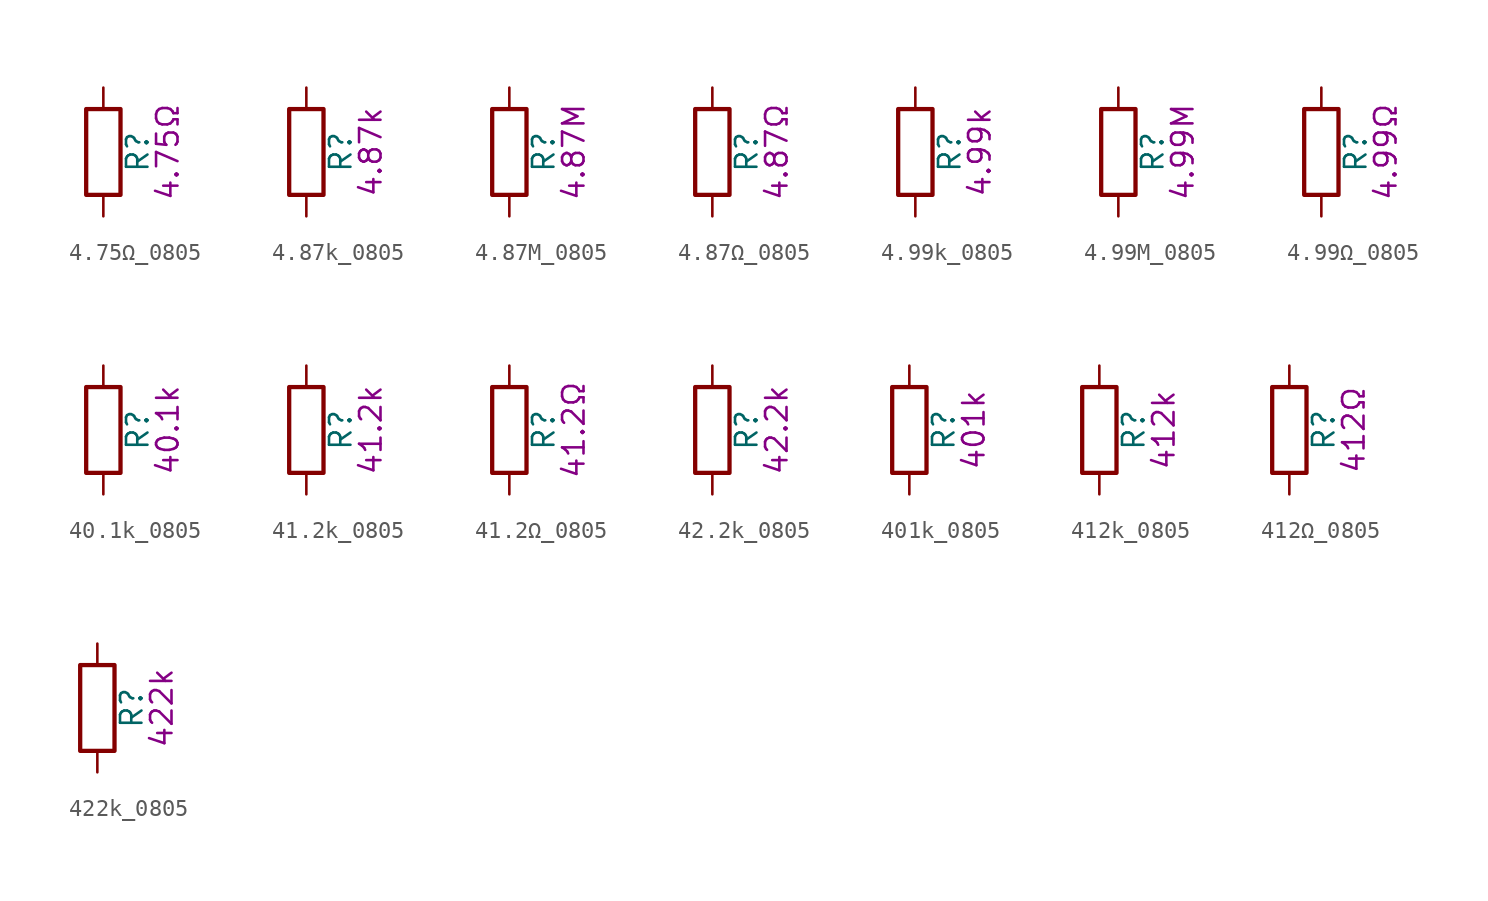
<source format=kicad_sym>
(kicad_symbol_lib
  (version 20211014)
  (generator kicad_symbol_editor)
  (symbol "4.75Ω_0805"
    (pin_numbers hide)
    (pin_names
      (offset 0))
    (property "Reference" "R"
      (at 2.032 0 90)
      (effects (font (size 1.27 1.27))))
    (property "Display" "4.75Ω"
      (at 3.81 0 90)
      (effects (font (size 1.27 1.27))))
    (symbol "4.75Ω_0805_0_1"
      (rectangle (start -1.016 -2.54) (end 1.016 2.54) (stroke (width 0.254) (type default) (color 0 0 0 0)) (fill (type none))))
    (symbol "4.75Ω_0805_1_1"
      (pin passive line (at 0 3.81 270) (length 1.27) (name "~" (effects (font (size 1.27 1.27)))) (number "1" (effects (font (size 1.27 1.27)))))
      (pin passive line (at 0 -3.81 90) (length 1.27) (name "~" (effects (font (size 1.27 1.27)))) (number "2" (effects (font (size 1.27 1.27)))))))
  (symbol "4.87k_0805"
    (pin_numbers hide)
    (pin_names
      (offset 0))
    (property "Reference" "R"
      (at 2.032 0 90)
      (effects (font (size 1.27 1.27))))
    (property "Display" "4.87k"
      (at 3.81 0 90)
      (effects (font (size 1.27 1.27))))
    (symbol "4.87k_0805_0_1"
      (rectangle (start -1.016 -2.54) (end 1.016 2.54) (stroke (width 0.254) (type default) (color 0 0 0 0)) (fill (type none))))
    (symbol "4.87k_0805_1_1"
      (pin passive line (at 0 3.81 270) (length 1.27) (name "~" (effects (font (size 1.27 1.27)))) (number "1" (effects (font (size 1.27 1.27)))))
      (pin passive line (at 0 -3.81 90) (length 1.27) (name "~" (effects (font (size 1.27 1.27)))) (number "2" (effects (font (size 1.27 1.27)))))))
  (symbol "4.87M_0805"
    (pin_numbers hide)
    (pin_names
      (offset 0))
    (property "Reference" "R"
      (at 2.032 0 90)
      (effects (font (size 1.27 1.27))))
    (property "Display" "4.87M"
      (at 3.81 0 90)
      (effects (font (size 1.27 1.27))))
    (symbol "4.87M_0805_0_1"
      (rectangle (start -1.016 -2.54) (end 1.016 2.54) (stroke (width 0.254) (type default) (color 0 0 0 0)) (fill (type none))))
    (symbol "4.87M_0805_1_1"
      (pin passive line (at 0 3.81 270) (length 1.27) (name "~" (effects (font (size 1.27 1.27)))) (number "1" (effects (font (size 1.27 1.27)))))
      (pin passive line (at 0 -3.81 90) (length 1.27) (name "~" (effects (font (size 1.27 1.27)))) (number "2" (effects (font (size 1.27 1.27)))))))
  (symbol "4.87Ω_0805"
    (pin_numbers hide)
    (pin_names
      (offset 0))
    (property "Reference" "R"
      (at 2.032 0 90)
      (effects (font (size 1.27 1.27))))
    (property "Display" "4.87Ω"
      (at 3.81 0 90)
      (effects (font (size 1.27 1.27))))
    (symbol "4.87Ω_0805_0_1"
      (rectangle (start -1.016 -2.54) (end 1.016 2.54) (stroke (width 0.254) (type default) (color 0 0 0 0)) (fill (type none))))
    (symbol "4.87Ω_0805_1_1"
      (pin passive line (at 0 3.81 270) (length 1.27) (name "~" (effects (font (size 1.27 1.27)))) (number "1" (effects (font (size 1.27 1.27)))))
      (pin passive line (at 0 -3.81 90) (length 1.27) (name "~" (effects (font (size 1.27 1.27)))) (number "2" (effects (font (size 1.27 1.27)))))))
  (symbol "4.99k_0805"
    (pin_numbers hide)
    (pin_names
      (offset 0))
    (property "Reference" "R"
      (at 2.032 0 90)
      (effects (font (size 1.27 1.27))))
    (property "Display" "4.99k"
      (at 3.81 0 90)
      (effects (font (size 1.27 1.27))))
    (symbol "4.99k_0805_0_1"
      (rectangle (start -1.016 -2.54) (end 1.016 2.54) (stroke (width 0.254) (type default) (color 0 0 0 0)) (fill (type none))))
    (symbol "4.99k_0805_1_1"
      (pin passive line (at 0 3.81 270) (length 1.27) (name "~" (effects (font (size 1.27 1.27)))) (number "1" (effects (font (size 1.27 1.27)))))
      (pin passive line (at 0 -3.81 90) (length 1.27) (name "~" (effects (font (size 1.27 1.27)))) (number "2" (effects (font (size 1.27 1.27)))))))
  (symbol "4.99M_0805"
    (pin_numbers hide)
    (pin_names
      (offset 0))
    (property "Reference" "R"
      (at 2.032 0 90)
      (effects (font (size 1.27 1.27))))
    (property "Display" "4.99M"
      (at 3.81 0 90)
      (effects (font (size 1.27 1.27))))
    (symbol "4.99M_0805_0_1"
      (rectangle (start -1.016 -2.54) (end 1.016 2.54) (stroke (width 0.254) (type default) (color 0 0 0 0)) (fill (type none))))
    (symbol "4.99M_0805_1_1"
      (pin passive line (at 0 3.81 270) (length 1.27) (name "~" (effects (font (size 1.27 1.27)))) (number "1" (effects (font (size 1.27 1.27)))))
      (pin passive line (at 0 -3.81 90) (length 1.27) (name "~" (effects (font (size 1.27 1.27)))) (number "2" (effects (font (size 1.27 1.27)))))))
  (symbol "4.99Ω_0805"
    (pin_numbers hide)
    (pin_names
      (offset 0))
    (property "Reference" "R"
      (at 2.032 0 90)
      (effects (font (size 1.27 1.27))))
    (property "Display" "4.99Ω"
      (at 3.81 0 90)
      (effects (font (size 1.27 1.27))))
    (symbol "4.99Ω_0805_0_1"
      (rectangle (start -1.016 -2.54) (end 1.016 2.54) (stroke (width 0.254) (type default) (color 0 0 0 0)) (fill (type none))))
    (symbol "4.99Ω_0805_1_1"
      (pin passive line (at 0 3.81 270) (length 1.27) (name "~" (effects (font (size 1.27 1.27)))) (number "1" (effects (font (size 1.27 1.27)))))
      (pin passive line (at 0 -3.81 90) (length 1.27) (name "~" (effects (font (size 1.27 1.27)))) (number "2" (effects (font (size 1.27 1.27)))))))
  (symbol "40.1k_0805"
    (pin_numbers hide)
    (pin_names
      (offset 0))
    (property "Reference" "R"
      (at 2.032 0 90)
      (effects (font (size 1.27 1.27))))
    (property "Display" "40.1k"
      (at 3.81 0 90)
      (effects (font (size 1.27 1.27))))
    (symbol "40.1k_0805_0_1"
      (rectangle (start -1.016 -2.54) (end 1.016 2.54) (stroke (width 0.254) (type default) (color 0 0 0 0)) (fill (type none))))
    (symbol "40.1k_0805_1_1"
      (pin passive line (at 0 3.81 270) (length 1.27) (name "~" (effects (font (size 1.27 1.27)))) (number "1" (effects (font (size 1.27 1.27)))))
      (pin passive line (at 0 -3.81 90) (length 1.27) (name "~" (effects (font (size 1.27 1.27)))) (number "2" (effects (font (size 1.27 1.27)))))))
  (symbol "41.2k_0805"
    (pin_numbers hide)
    (pin_names
      (offset 0))
    (property "Reference" "R"
      (at 2.032 0 90)
      (effects (font (size 1.27 1.27))))
    (property "Display" "41.2k"
      (at 3.81 0 90)
      (effects (font (size 1.27 1.27))))
    (symbol "41.2k_0805_0_1"
      (rectangle (start -1.016 -2.54) (end 1.016 2.54) (stroke (width 0.254) (type default) (color 0 0 0 0)) (fill (type none))))
    (symbol "41.2k_0805_1_1"
      (pin passive line (at 0 3.81 270) (length 1.27) (name "~" (effects (font (size 1.27 1.27)))) (number "1" (effects (font (size 1.27 1.27)))))
      (pin passive line (at 0 -3.81 90) (length 1.27) (name "~" (effects (font (size 1.27 1.27)))) (number "2" (effects (font (size 1.27 1.27)))))))
  (symbol "41.2Ω_0805"
    (pin_numbers hide)
    (pin_names
      (offset 0))
    (property "Reference" "R"
      (at 2.032 0 90)
      (effects (font (size 1.27 1.27))))
    (property "Display" "41.2Ω"
      (at 3.81 0 90)
      (effects (font (size 1.27 1.27))))
    (symbol "41.2Ω_0805_0_1"
      (rectangle (start -1.016 -2.54) (end 1.016 2.54) (stroke (width 0.254) (type default) (color 0 0 0 0)) (fill (type none))))
    (symbol "41.2Ω_0805_1_1"
      (pin passive line (at 0 3.81 270) (length 1.27) (name "~" (effects (font (size 1.27 1.27)))) (number "1" (effects (font (size 1.27 1.27)))))
      (pin passive line (at 0 -3.81 90) (length 1.27) (name "~" (effects (font (size 1.27 1.27)))) (number "2" (effects (font (size 1.27 1.27)))))))
  (symbol "42.2k_0805"
    (pin_numbers hide)
    (pin_names
      (offset 0))
    (property "Reference" "R"
      (at 2.032 0 90)
      (effects (font (size 1.27 1.27))))
    (property "Display" "42.2k"
      (at 3.81 0 90)
      (effects (font (size 1.27 1.27))))
    (symbol "42.2k_0805_0_1"
      (rectangle (start -1.016 -2.54) (end 1.016 2.54) (stroke (width 0.254) (type default) (color 0 0 0 0)) (fill (type none))))
    (symbol "42.2k_0805_1_1"
      (pin passive line (at 0 3.81 270) (length 1.27) (name "~" (effects (font (size 1.27 1.27)))) (number "1" (effects (font (size 1.27 1.27)))))
      (pin passive line (at 0 -3.81 90) (length 1.27) (name "~" (effects (font (size 1.27 1.27)))) (number "2" (effects (font (size 1.27 1.27)))))))
  (symbol "401k_0805"
    (pin_numbers hide)
    (pin_names
      (offset 0))
    (property "Reference" "R"
      (at 2.032 0 90)
      (effects (font (size 1.27 1.27))))
    (property "Display" "401k"
      (at 3.81 0 90)
      (effects (font (size 1.27 1.27))))
    (symbol "401k_0805_0_1"
      (rectangle (start -1.016 -2.54) (end 1.016 2.54) (stroke (width 0.254) (type default) (color 0 0 0 0)) (fill (type none))))
    (symbol "401k_0805_1_1"
      (pin passive line (at 0 3.81 270) (length 1.27) (name "~" (effects (font (size 1.27 1.27)))) (number "1" (effects (font (size 1.27 1.27)))))
      (pin passive line (at 0 -3.81 90) (length 1.27) (name "~" (effects (font (size 1.27 1.27)))) (number "2" (effects (font (size 1.27 1.27)))))))
  (symbol "412k_0805"
    (pin_numbers hide)
    (pin_names
      (offset 0))
    (property "Reference" "R"
      (at 2.032 0 90)
      (effects (font (size 1.27 1.27))))
    (property "Display" "412k"
      (at 3.81 0 90)
      (effects (font (size 1.27 1.27))))
    (symbol "412k_0805_0_1"
      (rectangle (start -1.016 -2.54) (end 1.016 2.54) (stroke (width 0.254) (type default) (color 0 0 0 0)) (fill (type none))))
    (symbol "412k_0805_1_1"
      (pin passive line (at 0 3.81 270) (length 1.27) (name "~" (effects (font (size 1.27 1.27)))) (number "1" (effects (font (size 1.27 1.27)))))
      (pin passive line (at 0 -3.81 90) (length 1.27) (name "~" (effects (font (size 1.27 1.27)))) (number "2" (effects (font (size 1.27 1.27)))))))
  (symbol "412Ω_0805"
    (pin_numbers hide)
    (pin_names
      (offset 0))
    (property "Reference" "R"
      (at 2.032 0 90)
      (effects (font (size 1.27 1.27))))
    (property "Display" "412Ω"
      (at 3.81 0 90)
      (effects (font (size 1.27 1.27))))
    (symbol "412Ω_0805_0_1"
      (rectangle (start -1.016 -2.54) (end 1.016 2.54) (stroke (width 0.254) (type default) (color 0 0 0 0)) (fill (type none))))
    (symbol "412Ω_0805_1_1"
      (pin passive line (at 0 3.81 270) (length 1.27) (name "~" (effects (font (size 1.27 1.27)))) (number "1" (effects (font (size 1.27 1.27)))))
      (pin passive line (at 0 -3.81 90) (length 1.27) (name "~" (effects (font (size 1.27 1.27)))) (number "2" (effects (font (size 1.27 1.27)))))))
  (symbol "422k_0805"
    (pin_numbers hide)
    (pin_names
      (offset 0))
    (property "Reference" "R"
      (at 2.032 0 90)
      (effects (font (size 1.27 1.27))))
    (property "Display" "422k"
      (at 3.81 0 90)
      (effects (font (size 1.27 1.27))))
    (symbol "422k_0805_0_1"
      (rectangle (start -1.016 -2.54) (end 1.016 2.54) (stroke (width 0.254) (type default) (color 0 0 0 0)) (fill (type none))))
    (symbol "422k_0805_1_1"
      (pin passive line (at 0 3.81 270) (length 1.27) (name "~" (effects (font (size 1.27 1.27)))) (number "1" (effects (font (size 1.27 1.27)))))
      (pin passive line (at 0 -3.81 90) (length 1.27) (name "~" (effects (font (size 1.27 1.27)))) (number "2" (effects (font (size 1.27 1.27))))))))
</source>
